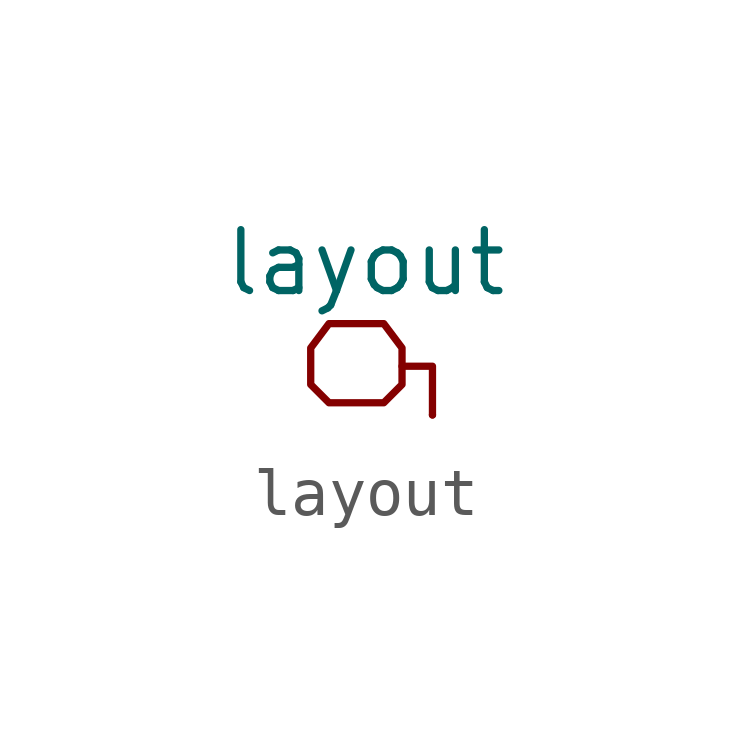
<source format=kicad_sym>
(kicad_symbol_lib
  (version 20231120)
  (generator "kicad_symbol_editor")
  (generator_version "8.0")
  (symbol "layout"
    (pin_names
      (offset 1.016))
    (property "Reference" "U"
      (at 0.508 -0.889 0)
      (effects (font (size 1.27 1.27)) (hide yes)))
    (property "Value" "layout"
      (at 1.143 3.175 0)
      (effects (font (size 1.27 1.27))))
    (symbol "layout_0_1"
      (polyline (pts (xy 2.54 0) (xy 2.54 1.016) (xy 1.905 1.016)) (stroke (width 0) (type solid)) (fill (type none)))
      (polyline (pts (xy 1.905 0.635) (xy 1.905 1.397) (xy 1.524 1.905) (xy 0.381 1.905) (xy 0 1.397) (xy 0 0.635) (xy 0.381 0.254) (xy 1.524 0.254) (xy 1.905 0.635)) (stroke (width 0) (type solid)) (fill (type none))))
    (symbol "layout_1_1"
      (pin input line (at 2.54 0 90) (length 0) (name "~" (effects (font (size 1.27 1.27)))) (number "~" (effects (font (size 1.27 1.27))))))))
</source>
